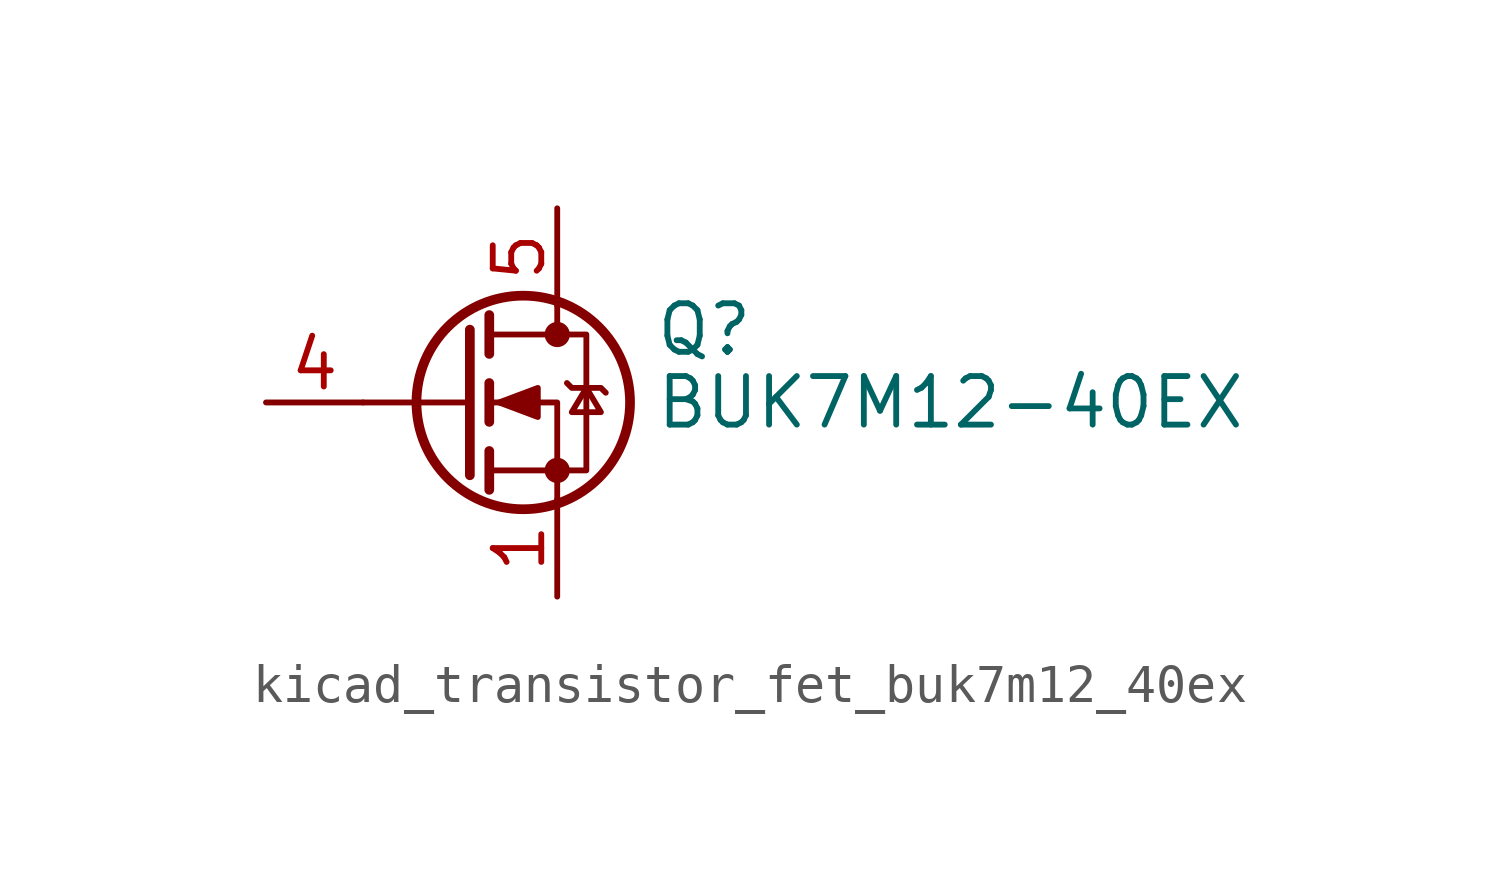
<source format=kicad_sym>
(kicad_symbol_lib
  (version 20220914)
  (generator kicad_symbol_editor)
  (symbol "kicad_transistor_fet_buk7m12_40ex"
    (pin_names hide)
    (property "Reference" "Q"
      (at 5.08 1.905 0)
      (effects (font (size 1.27 1.27)) (justify left)))
    (property "Value" "BUK7M12-40EX"
      (at 5.08 0 0)
      (effects (font (size 1.27 1.27)) (justify left)))
    (symbol "kicad_transistor_fet_buk7m12_40ex_0_1"
      (polyline (pts (xy 0.254 0) (xy -2.54 0)) (stroke (width 0) (type default)) (fill (type none)))
      (polyline (pts (xy 0.254 1.905) (xy 0.254 -1.905)) (stroke (width 0.254) (type default)) (fill (type none)))
      (polyline (pts (xy 0.762 -1.27) (xy 0.762 -2.286)) (stroke (width 0.254) (type default)) (fill (type none)))
      (polyline (pts (xy 0.762 0.508) (xy 0.762 -0.508)) (stroke (width 0.254) (type default)) (fill (type none)))
      (polyline (pts (xy 0.762 2.286) (xy 0.762 1.27)) (stroke (width 0.254) (type default)) (fill (type none)))
      (polyline (pts (xy 2.54 2.54) (xy 2.54 1.778)) (stroke (width 0) (type default)) (fill (type none)))
      (polyline (pts (xy 2.54 -2.54) (xy 2.54 0) (xy 0.762 0)) (stroke (width 0) (type default)) (fill (type none)))
      (polyline (pts (xy 0.762 -1.778) (xy 3.302 -1.778) (xy 3.302 1.778) (xy 0.762 1.778)) (stroke (width 0) (type default)) (fill (type none)))
      (polyline (pts (xy 1.016 0) (xy 2.032 0.381) (xy 2.032 -0.381) (xy 1.016 0)) (stroke (width 0) (type default)) (fill (type outline)))
      (polyline (pts (xy 2.794 0.508) (xy 2.921 0.381) (xy 3.683 0.381) (xy 3.81 0.254)) (stroke (width 0) (type default)) (fill (type none)))
      (polyline (pts (xy 3.302 0.381) (xy 2.921 -0.254) (xy 3.683 -0.254) (xy 3.302 0.381)) (stroke (width 0) (type default)) (fill (type none)))
      (circle (center 1.651 0) (radius 2.794) (stroke (width 0.254) (type default)) (fill (type none)))
      (circle (center 2.54 -1.778) (radius 0.254) (stroke (width 0) (type default)) (fill (type outline)))
      (circle (center 2.54 1.778) (radius 0.254) (stroke (width 0) (type default)) (fill (type outline))))
    (symbol "kicad_transistor_fet_buk7m12_40ex_1_1"
      (pin passive line (at 2.54 -5.08 90) (length 2.54) (name "S" (effects (font (size 1.27 1.27)))) (number "1" (effects (font (size 1.27 1.27)))))
      (pin passive line (at 2.54 -5.08 90) (length 2.54) hide (name "S" (effects (font (size 1.27 1.27)))) (number "2" (effects (font (size 1.27 1.27)))))
      (pin passive line (at 2.54 -5.08 90) (length 2.54) hide (name "S" (effects (font (size 1.27 1.27)))) (number "3" (effects (font (size 1.27 1.27)))))
      (pin passive line (at -5.08 0 0) (length 2.54) (name "G" (effects (font (size 1.27 1.27)))) (number "4" (effects (font (size 1.27 1.27)))))
      (pin passive line (at 2.54 5.08 270) (length 2.54) (name "D" (effects (font (size 1.27 1.27)))) (number "5" (effects (font (size 1.27 1.27))))))))
</source>
